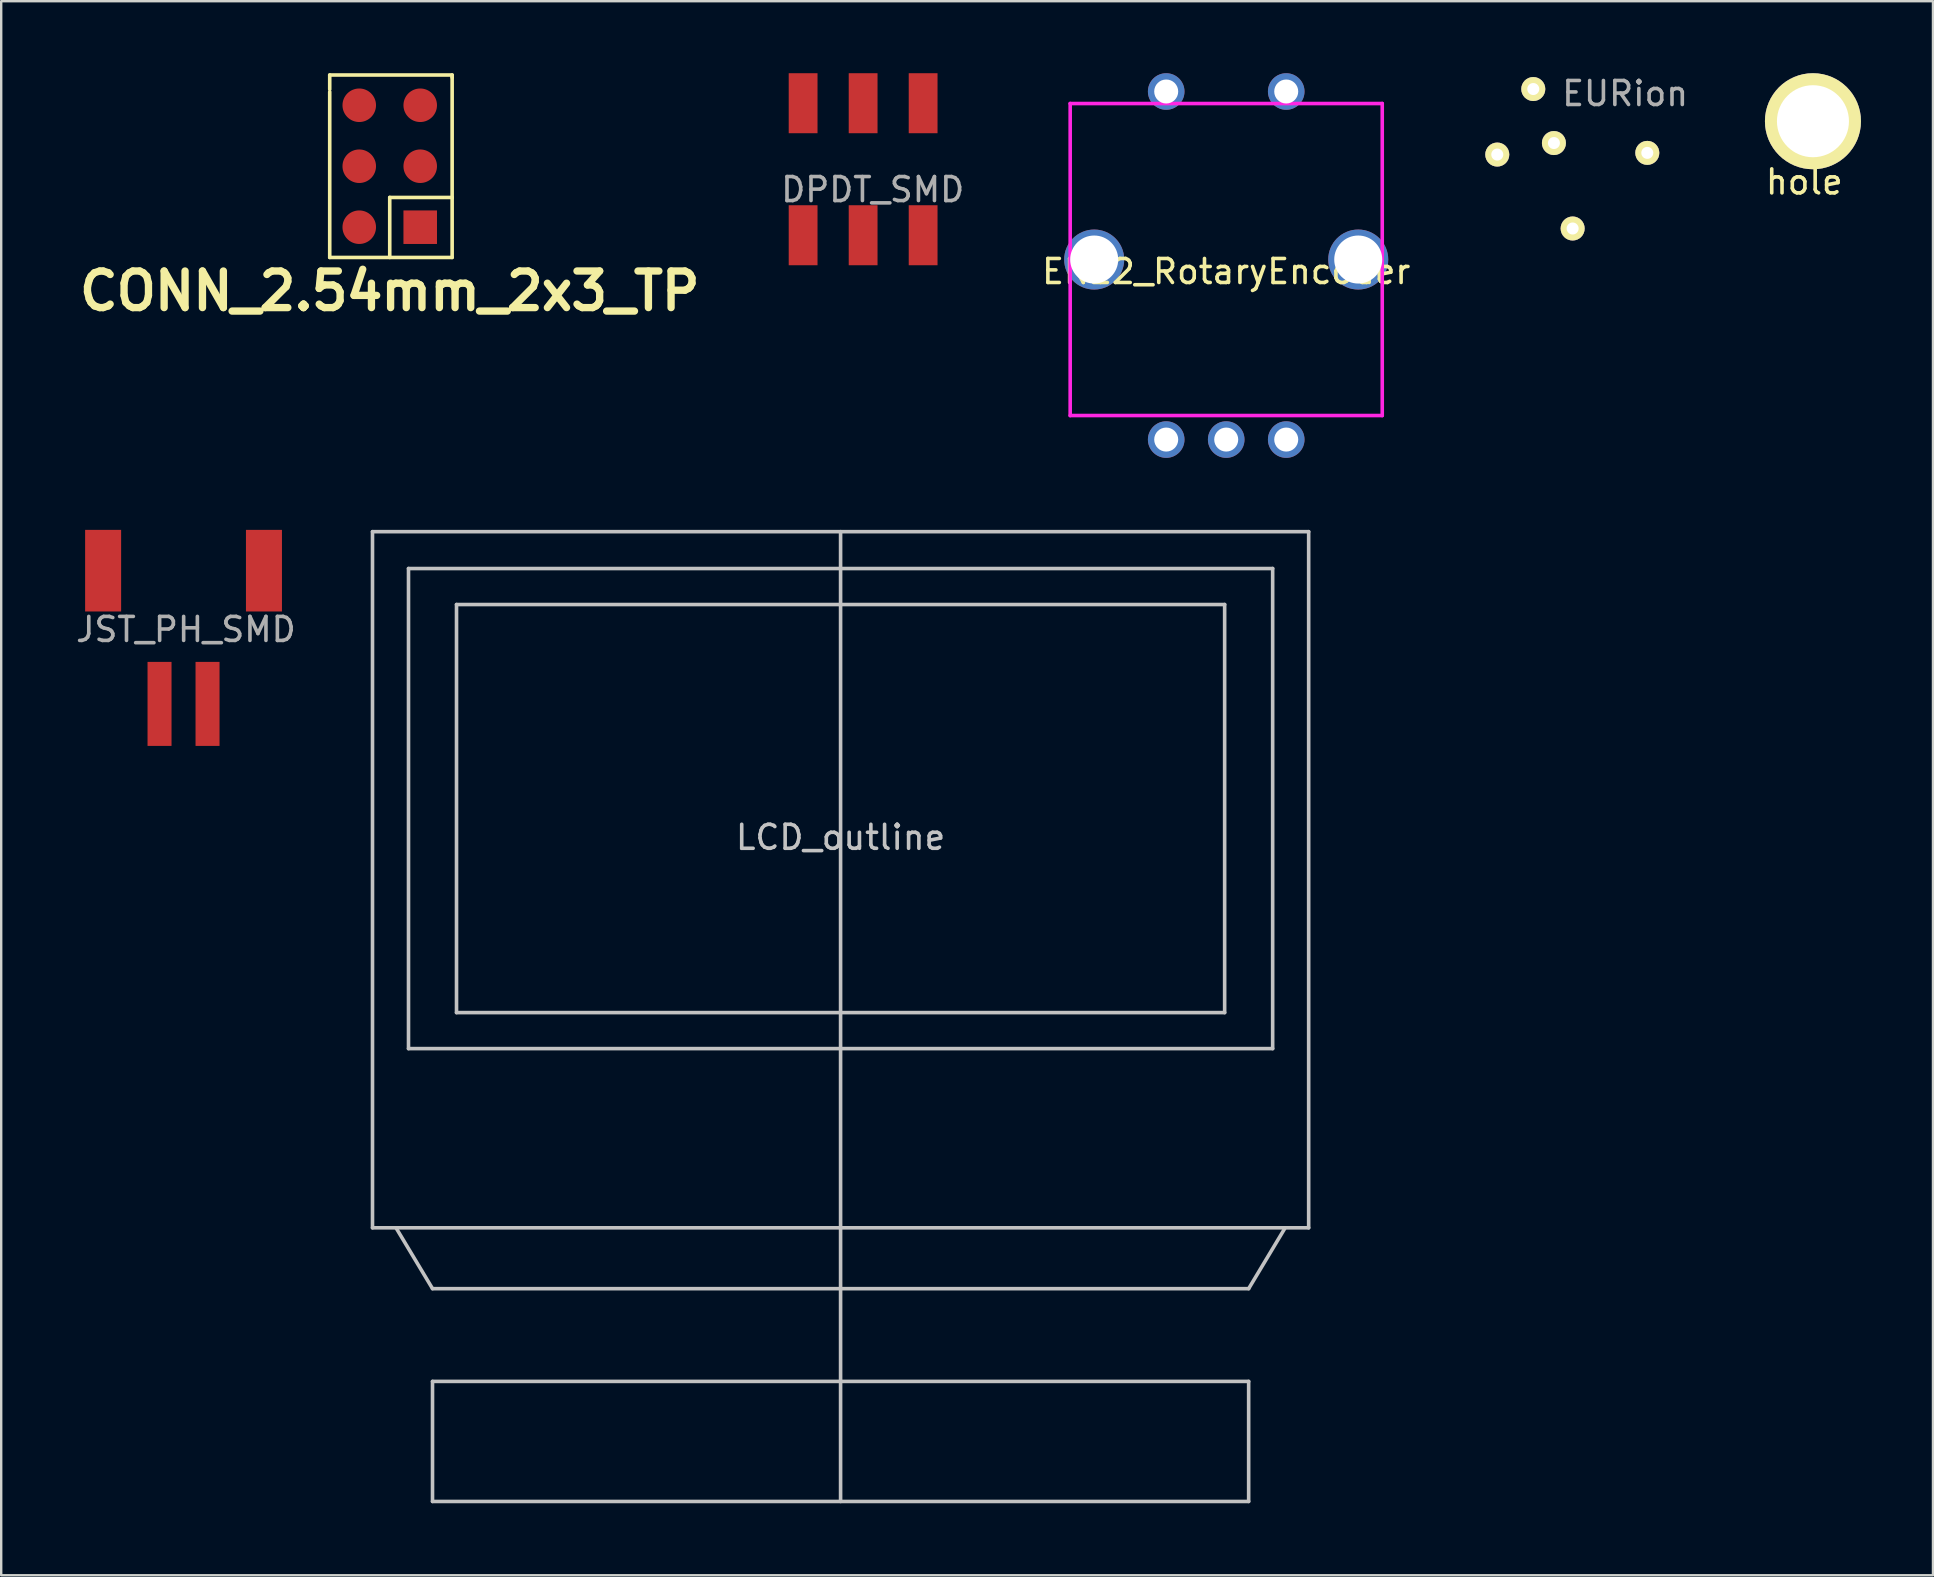
<source format=kicad_pcb>
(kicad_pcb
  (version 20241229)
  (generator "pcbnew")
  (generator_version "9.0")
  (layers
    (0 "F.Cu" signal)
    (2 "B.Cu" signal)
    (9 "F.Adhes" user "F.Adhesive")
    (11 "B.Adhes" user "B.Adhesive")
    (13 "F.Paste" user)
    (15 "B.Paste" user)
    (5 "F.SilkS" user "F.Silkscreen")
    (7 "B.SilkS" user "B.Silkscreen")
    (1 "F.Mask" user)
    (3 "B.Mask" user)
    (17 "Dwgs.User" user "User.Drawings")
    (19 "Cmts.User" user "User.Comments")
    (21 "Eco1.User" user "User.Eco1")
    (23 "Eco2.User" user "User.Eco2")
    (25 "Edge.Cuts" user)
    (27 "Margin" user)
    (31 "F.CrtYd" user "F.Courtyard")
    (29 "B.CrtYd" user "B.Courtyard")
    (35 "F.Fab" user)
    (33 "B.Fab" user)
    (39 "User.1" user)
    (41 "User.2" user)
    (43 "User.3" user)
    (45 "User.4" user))
  (footprint "hole"
    (layer "F.Cu")
    (at 72.896 3.2)
    (property "Reference" "hole" (at -0.78 1.33 0) (layer "F.SilkS") (effects (font (size 1 1) (thickness 0.15))))
    (attr through_hole)
    (pad "1" thru_hole circle (at -0.42 -1.2) (size 4 4) (drill 3) (layers "*.Cu" "*.Mask" "F.SilkS")))
  (footprint "EURion"
    (layer "F.Cu")
    (at 61.652 2.848)
    (property "Reference" "EURion" (at 3 -2 0) (layer "F.Fab") (effects (font (size 1 1) (thickness 0.15))))
    (attr through_hole)
    (pad "1" thru_hole circle (at -2.327 0.541 270) (size 1 1) (drill 0.5) (layers "*.Cu" "*.Mask" "F.SilkS"))
    (pad "1" thru_hole circle (at -0.827 -2.189 270) (size 1 1) (drill 0.5) (layers "*.Cu" "*.Mask" "F.SilkS"))
    (pad "1" thru_hole circle (at 0.033 0.061 270) (size 1 1) (drill 0.5) (layers "*.Cu" "*.Mask" "F.SilkS"))
    (pad "1" thru_hole circle (at 0.813 3.621 270) (size 1 1) (drill 0.5) (layers "*.Cu" "*.Mask" "F.SilkS"))
    (pad "1" thru_hole circle (at 3.923 0.471 270) (size 1 1) (drill 0.5) (layers "*.Cu" "*.Mask" "F.SilkS")))
  (footprint "CONN_2.54mm_2x3_TP"
    (layer "F.Cu")
    (at 13.186 3.875)
    (property "Reference" "CONN_2.54mm_2x3_TP" (at 0 5.2 0) (layer "F.SilkS") (effects (font (size 1.524 1.524) (thickness 0.305))))
    (attr through_hole)
    (fp_line (start -2.5 -3.8) (end -2.5 -3.2) (stroke (width 0.15) (type solid)) (layer "F.SilkS"))
    (fp_line (start -2.5 3.8) (end -2.5 -3.1) (stroke (width 0.15) (type solid)) (layer "F.SilkS"))
    (fp_line (start 0 1.3) (end 0 3.8) (stroke (width 0.15) (type solid)) (layer "F.SilkS"))
    (fp_line (start 0 1.3) (end 2.6 1.3) (stroke (width 0.15) (type solid)) (layer "F.SilkS"))
    (fp_line (start 2.6 -3.8) (end -2.5 -3.8) (stroke (width 0.15) (type solid)) (layer "F.SilkS"))
    (fp_line (start 2.6 -3.7) (end 2.6 -3.8) (stroke (width 0.15) (type solid)) (layer "F.SilkS"))
    (fp_line (start 2.6 1.3) (end 2.6 -3.7) (stroke (width 0.15) (type solid)) (layer "F.SilkS"))
    (fp_line (start 2.6 1.3) (end 2.6 3.8) (stroke (width 0.15) (type solid)) (layer "F.SilkS"))
    (fp_line (start 2.6 3.8) (end -2.5 3.8) (stroke (width 0.15) (type solid)) (layer "F.SilkS"))
    (pad "1" smd rect (at 1.27 2.54) (size 1.397 1.397) (layers "F.Cu" "F.Mask"))
    (pad "2" smd circle (at -1.27 2.54) (size 1.397 1.397) (layers "F.Cu" "F.Mask"))
    (pad "3" smd circle (at 1.27 0) (size 1.397 1.397) (layers "F.Cu" "F.Mask"))
    (pad "4" smd circle (at -1.27 0) (size 1.397 1.397) (layers "F.Cu" "F.Mask"))
    (pad "5" smd circle (at 1.27 -2.54) (size 1.397 1.397) (layers "F.Cu" "F.Mask"))
    (pad "6" smd circle (at -1.27 -2.54) (size 1.397 1.397) (layers "F.Cu" "F.Mask")))
  (footprint "DPDT_SMD"
    (layer "F.Cu")
    (at 32.907 3.95)
    (property "Reference" "DPDT_SMD" (at 0.4 0.9 0) (layer "F.Fab") (effects (font (size 1 1) (thickness 0.15))))
    (attr smd)
    (pad "1" smd rect (at 0 -2.7) (size 1.2 2.5) (layers "F.Cu" "F.Mask" "F.Paste"))
    (pad "1" smd rect (at 0 2.8) (size 1.2 2.5) (layers "F.Cu" "F.Mask" "F.Paste"))
    (pad "2" smd rect (at 2.5 -2.7) (size 1.2 2.5) (layers "F.Cu" "F.Mask" "F.Paste"))
    (pad "2" smd rect (at 2.5 2.8) (size 1.2 2.5) (layers "F.Cu" "F.Mask" "F.Paste"))
    (pad "~" smd rect (at -2.5 -2.7) (size 1.2 2.5) (layers "F.Cu" "F.Mask" "F.Paste"))
    (pad "~" smd rect (at -2.5 2.8) (size 1.2 2.5) (layers "F.Cu" "F.Mask" "F.Paste")))
  (footprint "EN12_RotaryEncoder"
    (layer "F.Cu")
    (at 48.033 7.762)
    (property "Reference" "EN12_RotaryEncoder" (at 0 0.5 0) (layer "F.SilkS") (effects (font (size 1 1) (thickness 0.15))))
    (attr through_hole)
    (fp_line (start -6.5 -6.5) (end 6.5 -6.5) (stroke (width 0.15) (type solid)) (layer "F.CrtYd"))
    (fp_line (start -6.5 6.5) (end -6.5 -6.5) (stroke (width 0.15) (type solid)) (layer "F.CrtYd"))
    (fp_line (start 6.5 -6.5) (end 6.5 6.5) (stroke (width 0.15) (type solid)) (layer "F.CrtYd"))
    (fp_line (start 6.5 6.5) (end -6.5 6.5) (stroke (width 0.15) (type solid)) (layer "F.CrtYd"))
    (pad "1" thru_hole circle (at -2.5 7.5) (size 1.524 1.524) (drill 1) (layers "*.Cu" "*.Mask"))
    (pad "2" thru_hole circle (at 0 7.5) (size 1.524 1.524) (drill 1) (layers "*.Cu" "*.Mask"))
    (pad "3" thru_hole circle (at 2.5 7.5) (size 1.524 1.524) (drill 1) (layers "*.Cu" "*.Mask"))
    (pad "4" thru_hole circle (at -2.5 -7) (size 1.524 1.524) (drill 1) (layers "*.Cu" "*.Mask"))
    (pad "5" thru_hole circle (at 2.5 -7) (size 1.524 1.524) (drill 1) (layers "*.Cu" "*.Mask"))
    (pad "6" thru_hole circle (at -5.5 0) (size 2.5 2.5) (drill 2) (layers "*.Cu" "*.Mask"))
    (pad "6" thru_hole circle (at 5.5 0) (size 2.5 2.5) (drill 2) (layers "*.Cu" "*.Mask")))
  (footprint "LCD_outline"
    (layer "F.Cu")
    (at 31.968 30.634)
    (property "Reference" "LCD_outline" (at 0 1.2 0) (layer "Dwgs.User") (effects (font (size 1 1) (thickness 0.15))))
    (attr through_hole)
    (fp_line (start -19.5 -11.535) (end -19.5 17.465) (stroke (width 0.15) (type solid)) (layer "Dwgs.User"))
    (fp_line (start -19.5 17.465) (end 19.5 17.465) (stroke (width 0.15) (type solid)) (layer "Dwgs.User"))
    (fp_line (start -18.5 17.5) (end -17 20) (stroke (width 0.15) (type solid)) (layer "Dwgs.User"))
    (fp_line (start -18 -10) (end 18 -10) (stroke (width 0.15) (type solid)) (layer "Dwgs.User"))
    (fp_line (start -18 10) (end -18 -10) (stroke (width 0.15) (type solid)) (layer "Dwgs.User"))
    (fp_line (start -17 20) (end 17 20) (stroke (width 0.15) (type solid)) (layer "Dwgs.User"))
    (fp_line (start -17 23.865) (end 17 23.865) (stroke (width 0.15) (type solid)) (layer "Dwgs.User"))
    (fp_line (start -17 28.865) (end -17 23.865) (stroke (width 0.15) (type solid)) (layer "Dwgs.User"))
    (fp_line (start -16 -8.5) (end 16 -8.5) (stroke (width 0.15) (type solid)) (layer "Dwgs.User"))
    (fp_line (start -16 8.5) (end -16 -8.5) (stroke (width 0.15) (type solid)) (layer "Dwgs.User"))
    (fp_line (start 0 -11.535) (end 0 28.865) (stroke (width 0.15) (type solid)) (layer "Dwgs.User"))
    (fp_line (start 16 -8.5) (end 16 8.5) (stroke (width 0.15) (type solid)) (layer "Dwgs.User"))
    (fp_line (start 16 8.5) (end -16 8.5) (stroke (width 0.15) (type solid)) (layer "Dwgs.User"))
    (fp_line (start 17 20) (end 18.5 17.5) (stroke (width 0.15) (type solid)) (layer "Dwgs.User"))
    (fp_line (start 17 23.865) (end 17 28.865) (stroke (width 0.15) (type solid)) (layer "Dwgs.User"))
    (fp_line (start 17 28.865) (end -17 28.865) (stroke (width 0.15) (type solid)) (layer "Dwgs.User"))
    (fp_line (start 18 -10) (end 18 10) (stroke (width 0.15) (type solid)) (layer "Dwgs.User"))
    (fp_line (start 18 10) (end -18 10) (stroke (width 0.15) (type solid)) (layer "Dwgs.User"))
    (fp_line (start 19.5 -11.535) (end -19.5 -11.535) (stroke (width 0.15) (type solid)) (layer "Dwgs.User"))
    (fp_line (start 19.5 17.465) (end 19.5 -11.535) (stroke (width 0.15) (type solid)) (layer "Dwgs.User")))
  (footprint "JST_PH_SMD"
    (layer "F.Cu")
    (at 4.596 26.274)
    (property "Reference" "JST_PH_SMD" (at 0.1 -3.1 0) (layer "F.Fab") (effects (font (size 1 1) (thickness 0.15))))
    (attr smd)
    (pad "" smd rect (at -3.35 -5.55) (size 1.5 3.4) (layers "F.Cu" "F.Mask" "F.Paste"))
    (pad "" smd rect (at 3.35 -5.55) (size 1.5 3.4) (layers "F.Cu" "F.Mask" "F.Paste"))
    (pad "1" smd rect (at 1 0) (size 1 3.5) (layers "F.Cu" "F.Mask" "F.Paste"))
    (pad "2" smd rect (at -1 0) (size 1 3.5) (layers "F.Cu" "F.Mask" "F.Paste")))
  (gr_rect
    (start -3 -3)
    (end 77.476 62.574)
    (stroke (width 0.1) (type default))
    (fill no)
    (layer "Edge.Cuts")))
</source>
